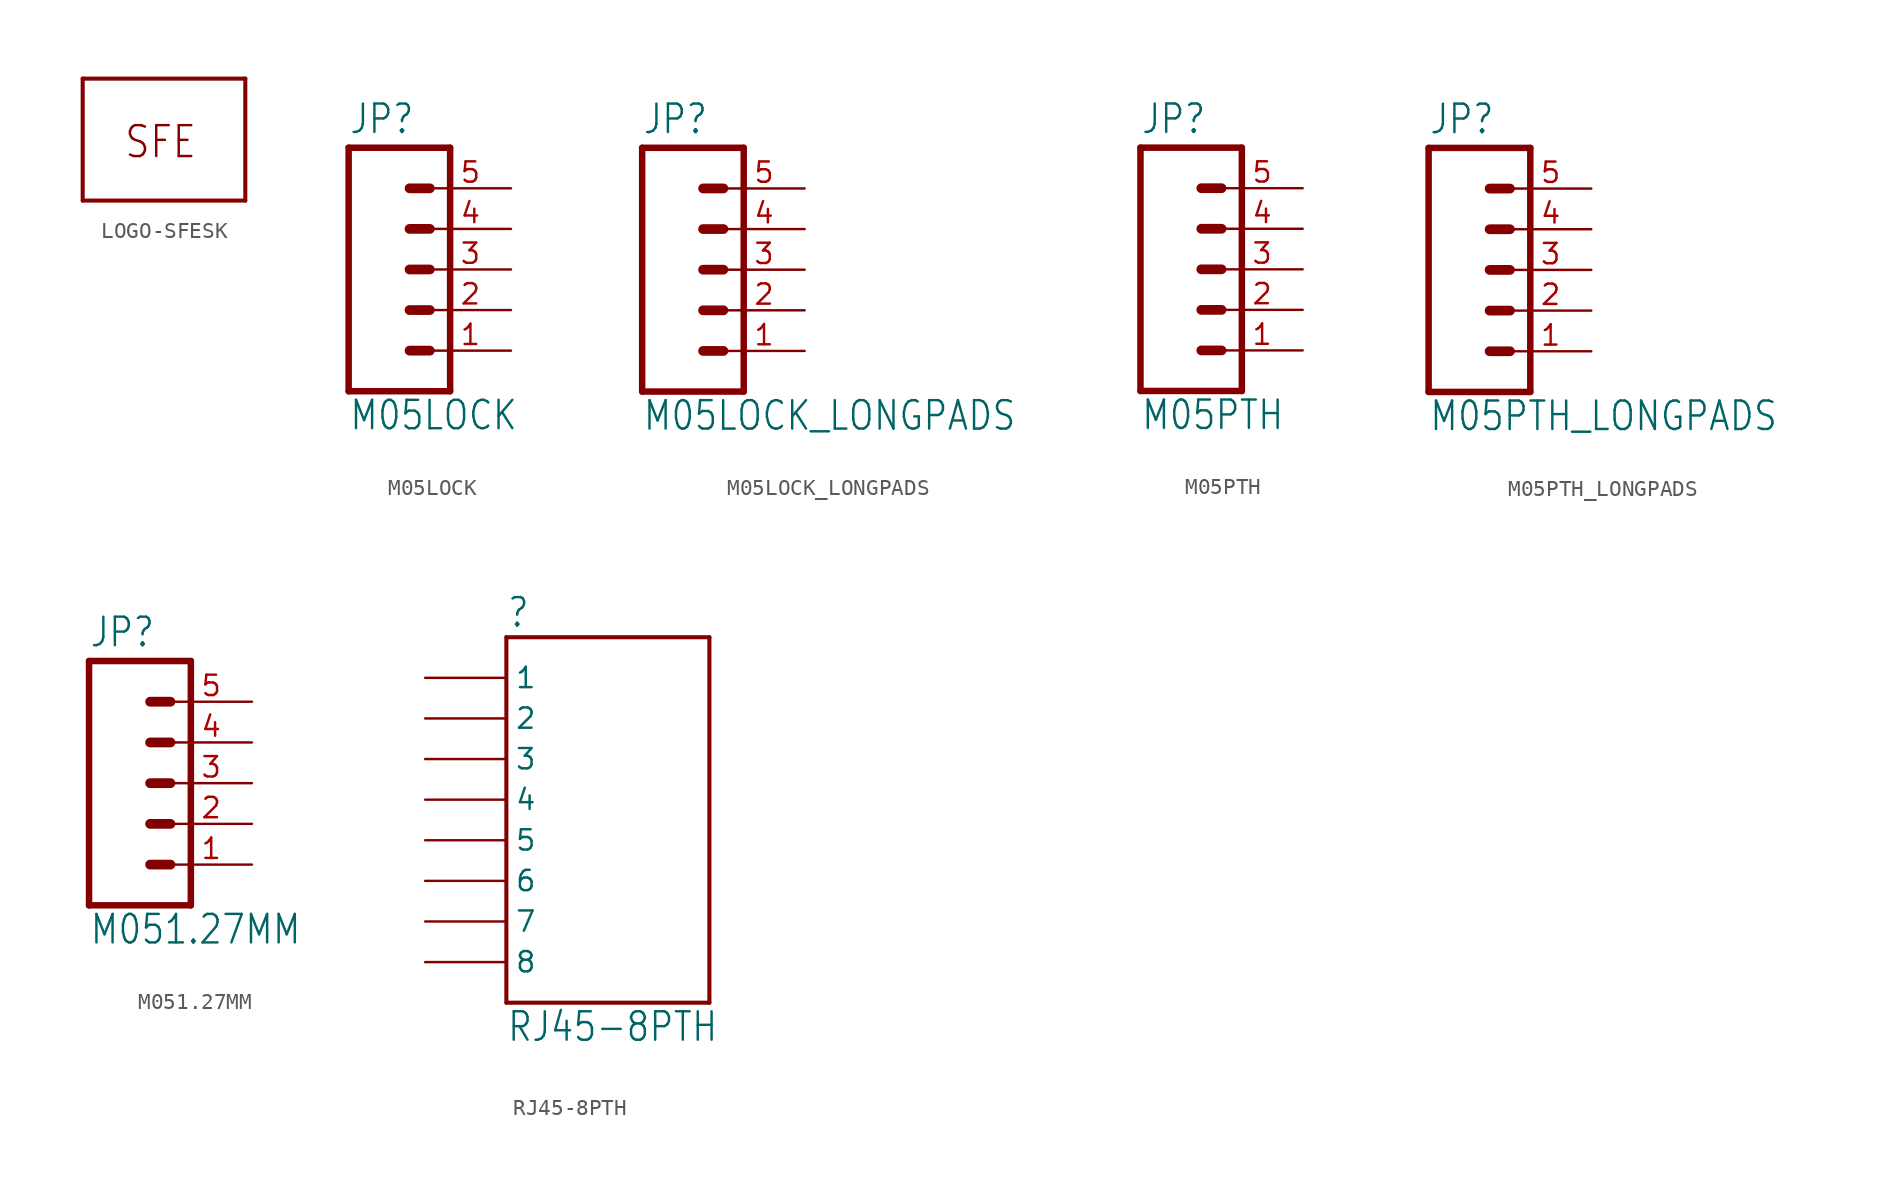
<source format=kicad_sym>
(kicad_symbol_lib
  (version 20211014)
  (generator kicad_symbol_editor)
  (symbol "LOGO-SFESK"
    (property "Reference" "JP"
      (at 0 0 0)
      (effects (font (size 1.27 1.27)) hide))
    (property "ki_locked" ""
      (at 0 0 0)
      (effects (font (size 1.27 1.27))))
    (symbol "LOGO-SFESK_1_0"
      (polyline (pts (xy -2.54 -2.54) (xy 7.62 -2.54)) (stroke (width 0.254) (type default) (color 0 0 0 0)) (fill (type none)))
      (polyline (pts (xy -2.54 5.08) (xy -2.54 -2.54)) (stroke (width 0.254) (type default) (color 0 0 0 0)) (fill (type none)))
      (polyline (pts (xy 7.62 -2.54) (xy 7.62 5.08)) (stroke (width 0.254) (type default) (color 0 0 0 0)) (fill (type none)))
      (polyline (pts (xy 7.62 5.08) (xy -2.54 5.08)) (stroke (width 0.254) (type default) (color 0 0 0 0)) (fill (type none)))
      (text "SFE" (at 0 0 0) (effects (font (size 1.93 1.641)) (justify left bottom)))))
  (symbol "M05LOCK"
    (property "Reference" "JP"
      (at -2.54 8.382 0)
      (effects (font (size 1.778 1.511)) (justify left bottom)))
    (property "Value" "M05LOCK"
      (at -2.54 -10.16 0)
      (effects (font (size 1.778 1.511)) (justify left bottom)))
    (property "ki_locked" ""
      (at 0 0 0)
      (effects (font (size 1.27 1.27))))
    (symbol "M05LOCK_1_0"
      (polyline (pts (xy -2.54 7.62) (xy -2.54 -7.62)) (stroke (width 0.406) (type default) (color 0 0 0 0)) (fill (type none)))
      (polyline (pts (xy -2.54 7.62) (xy 3.81 7.62)) (stroke (width 0.406) (type default) (color 0 0 0 0)) (fill (type none)))
      (polyline (pts (xy 1.27 -5.08) (xy 2.54 -5.08)) (stroke (width 0.61) (type default) (color 0 0 0 0)) (fill (type none)))
      (polyline (pts (xy 1.27 -2.54) (xy 2.54 -2.54)) (stroke (width 0.61) (type default) (color 0 0 0 0)) (fill (type none)))
      (polyline (pts (xy 1.27 0) (xy 2.54 0)) (stroke (width 0.61) (type default) (color 0 0 0 0)) (fill (type none)))
      (polyline (pts (xy 1.27 2.54) (xy 2.54 2.54)) (stroke (width 0.61) (type default) (color 0 0 0 0)) (fill (type none)))
      (polyline (pts (xy 1.27 5.08) (xy 2.54 5.08)) (stroke (width 0.61) (type default) (color 0 0 0 0)) (fill (type none)))
      (polyline (pts (xy 3.81 -7.62) (xy -2.54 -7.62)) (stroke (width 0.406) (type default) (color 0 0 0 0)) (fill (type none)))
      (polyline (pts (xy 3.81 -7.62) (xy 3.81 7.62)) (stroke (width 0.406) (type default) (color 0 0 0 0)) (fill (type none)))
      (pin passive line (at 7.62 -5.08 180) (length 5.08) (name "1" (effects (font (size 0 0)))) (number "1" (effects (font (size 1.27 1.27)))))
      (pin passive line (at 7.62 -2.54 180) (length 5.08) (name "2" (effects (font (size 0 0)))) (number "2" (effects (font (size 1.27 1.27)))))
      (pin passive line (at 7.62 0 180) (length 5.08) (name "3" (effects (font (size 0 0)))) (number "3" (effects (font (size 1.27 1.27)))))
      (pin passive line (at 7.62 2.54 180) (length 5.08) (name "4" (effects (font (size 0 0)))) (number "4" (effects (font (size 1.27 1.27)))))
      (pin passive line (at 7.62 5.08 180) (length 5.08) (name "5" (effects (font (size 0 0)))) (number "5" (effects (font (size 1.27 1.27)))))))
  (symbol "M05LOCK_LONGPADS"
    (property "Reference" "JP"
      (at -2.54 8.382 0)
      (effects (font (size 1.778 1.511)) (justify left bottom)))
    (property "Value" "M05LOCK_LONGPADS"
      (at -2.54 -10.16 0)
      (effects (font (size 1.778 1.511)) (justify left bottom)))
    (property "ki_locked" ""
      (at 0 0 0)
      (effects (font (size 1.27 1.27))))
    (symbol "M05LOCK_LONGPADS_1_0"
      (polyline (pts (xy -2.54 7.62) (xy -2.54 -7.62)) (stroke (width 0.406) (type default) (color 0 0 0 0)) (fill (type none)))
      (polyline (pts (xy -2.54 7.62) (xy 3.81 7.62)) (stroke (width 0.406) (type default) (color 0 0 0 0)) (fill (type none)))
      (polyline (pts (xy 1.27 -5.08) (xy 2.54 -5.08)) (stroke (width 0.61) (type default) (color 0 0 0 0)) (fill (type none)))
      (polyline (pts (xy 1.27 -2.54) (xy 2.54 -2.54)) (stroke (width 0.61) (type default) (color 0 0 0 0)) (fill (type none)))
      (polyline (pts (xy 1.27 0) (xy 2.54 0)) (stroke (width 0.61) (type default) (color 0 0 0 0)) (fill (type none)))
      (polyline (pts (xy 1.27 2.54) (xy 2.54 2.54)) (stroke (width 0.61) (type default) (color 0 0 0 0)) (fill (type none)))
      (polyline (pts (xy 1.27 5.08) (xy 2.54 5.08)) (stroke (width 0.61) (type default) (color 0 0 0 0)) (fill (type none)))
      (polyline (pts (xy 3.81 -7.62) (xy -2.54 -7.62)) (stroke (width 0.406) (type default) (color 0 0 0 0)) (fill (type none)))
      (polyline (pts (xy 3.81 -7.62) (xy 3.81 7.62)) (stroke (width 0.406) (type default) (color 0 0 0 0)) (fill (type none)))
      (pin passive line (at 7.62 -5.08 180) (length 5.08) (name "1" (effects (font (size 0 0)))) (number "1" (effects (font (size 1.27 1.27)))))
      (pin passive line (at 7.62 -2.54 180) (length 5.08) (name "2" (effects (font (size 0 0)))) (number "2" (effects (font (size 1.27 1.27)))))
      (pin passive line (at 7.62 0 180) (length 5.08) (name "3" (effects (font (size 0 0)))) (number "3" (effects (font (size 1.27 1.27)))))
      (pin passive line (at 7.62 2.54 180) (length 5.08) (name "4" (effects (font (size 0 0)))) (number "4" (effects (font (size 1.27 1.27)))))
      (pin passive line (at 7.62 5.08 180) (length 5.08) (name "5" (effects (font (size 0 0)))) (number "5" (effects (font (size 1.27 1.27)))))))
  (symbol "M05PTH"
    (property "Reference" "JP"
      (at -2.54 8.382 0)
      (effects (font (size 1.778 1.511)) (justify left bottom)))
    (property "Value" "M05PTH"
      (at -2.54 -10.16 0)
      (effects (font (size 1.778 1.511)) (justify left bottom)))
    (property "ki_locked" ""
      (at 0 0 0)
      (effects (font (size 1.27 1.27))))
    (symbol "M05PTH_1_0"
      (polyline (pts (xy -2.54 7.62) (xy -2.54 -7.62)) (stroke (width 0.406) (type default) (color 0 0 0 0)) (fill (type none)))
      (polyline (pts (xy -2.54 7.62) (xy 3.81 7.62)) (stroke (width 0.406) (type default) (color 0 0 0 0)) (fill (type none)))
      (polyline (pts (xy 1.27 -5.08) (xy 2.54 -5.08)) (stroke (width 0.61) (type default) (color 0 0 0 0)) (fill (type none)))
      (polyline (pts (xy 1.27 -2.54) (xy 2.54 -2.54)) (stroke (width 0.61) (type default) (color 0 0 0 0)) (fill (type none)))
      (polyline (pts (xy 1.27 0) (xy 2.54 0)) (stroke (width 0.61) (type default) (color 0 0 0 0)) (fill (type none)))
      (polyline (pts (xy 1.27 2.54) (xy 2.54 2.54)) (stroke (width 0.61) (type default) (color 0 0 0 0)) (fill (type none)))
      (polyline (pts (xy 1.27 5.08) (xy 2.54 5.08)) (stroke (width 0.61) (type default) (color 0 0 0 0)) (fill (type none)))
      (polyline (pts (xy 3.81 -7.62) (xy -2.54 -7.62)) (stroke (width 0.406) (type default) (color 0 0 0 0)) (fill (type none)))
      (polyline (pts (xy 3.81 -7.62) (xy 3.81 7.62)) (stroke (width 0.406) (type default) (color 0 0 0 0)) (fill (type none)))
      (pin passive line (at 7.62 -5.08 180) (length 5.08) (name "1" (effects (font (size 0 0)))) (number "1" (effects (font (size 1.27 1.27)))))
      (pin passive line (at 7.62 -2.54 180) (length 5.08) (name "2" (effects (font (size 0 0)))) (number "2" (effects (font (size 1.27 1.27)))))
      (pin passive line (at 7.62 0 180) (length 5.08) (name "3" (effects (font (size 0 0)))) (number "3" (effects (font (size 1.27 1.27)))))
      (pin passive line (at 7.62 2.54 180) (length 5.08) (name "4" (effects (font (size 0 0)))) (number "4" (effects (font (size 1.27 1.27)))))
      (pin passive line (at 7.62 5.08 180) (length 5.08) (name "5" (effects (font (size 0 0)))) (number "5" (effects (font (size 1.27 1.27)))))))
  (symbol "M05PTH_LONGPADS"
    (property "Reference" "JP"
      (at -2.54 8.382 0)
      (effects (font (size 1.778 1.511)) (justify left bottom)))
    (property "Value" "M05PTH_LONGPADS"
      (at -2.54 -10.16 0)
      (effects (font (size 1.778 1.511)) (justify left bottom)))
    (property "ki_locked" ""
      (at 0 0 0)
      (effects (font (size 1.27 1.27))))
    (symbol "M05PTH_LONGPADS_1_0"
      (polyline (pts (xy -2.54 7.62) (xy -2.54 -7.62)) (stroke (width 0.406) (type default) (color 0 0 0 0)) (fill (type none)))
      (polyline (pts (xy -2.54 7.62) (xy 3.81 7.62)) (stroke (width 0.406) (type default) (color 0 0 0 0)) (fill (type none)))
      (polyline (pts (xy 1.27 -5.08) (xy 2.54 -5.08)) (stroke (width 0.61) (type default) (color 0 0 0 0)) (fill (type none)))
      (polyline (pts (xy 1.27 -2.54) (xy 2.54 -2.54)) (stroke (width 0.61) (type default) (color 0 0 0 0)) (fill (type none)))
      (polyline (pts (xy 1.27 0) (xy 2.54 0)) (stroke (width 0.61) (type default) (color 0 0 0 0)) (fill (type none)))
      (polyline (pts (xy 1.27 2.54) (xy 2.54 2.54)) (stroke (width 0.61) (type default) (color 0 0 0 0)) (fill (type none)))
      (polyline (pts (xy 1.27 5.08) (xy 2.54 5.08)) (stroke (width 0.61) (type default) (color 0 0 0 0)) (fill (type none)))
      (polyline (pts (xy 3.81 -7.62) (xy -2.54 -7.62)) (stroke (width 0.406) (type default) (color 0 0 0 0)) (fill (type none)))
      (polyline (pts (xy 3.81 -7.62) (xy 3.81 7.62)) (stroke (width 0.406) (type default) (color 0 0 0 0)) (fill (type none)))
      (pin passive line (at 7.62 -5.08 180) (length 5.08) (name "1" (effects (font (size 0 0)))) (number "1" (effects (font (size 1.27 1.27)))))
      (pin passive line (at 7.62 -2.54 180) (length 5.08) (name "2" (effects (font (size 0 0)))) (number "2" (effects (font (size 1.27 1.27)))))
      (pin passive line (at 7.62 0 180) (length 5.08) (name "3" (effects (font (size 0 0)))) (number "3" (effects (font (size 1.27 1.27)))))
      (pin passive line (at 7.62 2.54 180) (length 5.08) (name "4" (effects (font (size 0 0)))) (number "4" (effects (font (size 1.27 1.27)))))
      (pin passive line (at 7.62 5.08 180) (length 5.08) (name "5" (effects (font (size 0 0)))) (number "5" (effects (font (size 1.27 1.27)))))))
  (symbol "M051.27MM"
    (property "Reference" "JP"
      (at -2.54 8.382 0)
      (effects (font (size 1.778 1.511)) (justify left bottom)))
    (property "Value" "M051.27MM"
      (at -2.54 -10.16 0)
      (effects (font (size 1.778 1.511)) (justify left bottom)))
    (property "ki_locked" ""
      (at 0 0 0)
      (effects (font (size 1.27 1.27))))
    (symbol "M051.27MM_1_0"
      (polyline (pts (xy -2.54 7.62) (xy -2.54 -7.62)) (stroke (width 0.406) (type default) (color 0 0 0 0)) (fill (type none)))
      (polyline (pts (xy -2.54 7.62) (xy 3.81 7.62)) (stroke (width 0.406) (type default) (color 0 0 0 0)) (fill (type none)))
      (polyline (pts (xy 1.27 -5.08) (xy 2.54 -5.08)) (stroke (width 0.61) (type default) (color 0 0 0 0)) (fill (type none)))
      (polyline (pts (xy 1.27 -2.54) (xy 2.54 -2.54)) (stroke (width 0.61) (type default) (color 0 0 0 0)) (fill (type none)))
      (polyline (pts (xy 1.27 0) (xy 2.54 0)) (stroke (width 0.61) (type default) (color 0 0 0 0)) (fill (type none)))
      (polyline (pts (xy 1.27 2.54) (xy 2.54 2.54)) (stroke (width 0.61) (type default) (color 0 0 0 0)) (fill (type none)))
      (polyline (pts (xy 1.27 5.08) (xy 2.54 5.08)) (stroke (width 0.61) (type default) (color 0 0 0 0)) (fill (type none)))
      (polyline (pts (xy 3.81 -7.62) (xy -2.54 -7.62)) (stroke (width 0.406) (type default) (color 0 0 0 0)) (fill (type none)))
      (polyline (pts (xy 3.81 -7.62) (xy 3.81 7.62)) (stroke (width 0.406) (type default) (color 0 0 0 0)) (fill (type none)))
      (pin passive line (at 7.62 -5.08 180) (length 5.08) (name "1" (effects (font (size 0 0)))) (number "1" (effects (font (size 1.27 1.27)))))
      (pin passive line (at 7.62 -2.54 180) (length 5.08) (name "2" (effects (font (size 0 0)))) (number "2" (effects (font (size 1.27 1.27)))))
      (pin passive line (at 7.62 0 180) (length 5.08) (name "3" (effects (font (size 0 0)))) (number "3" (effects (font (size 1.27 1.27)))))
      (pin passive line (at 7.62 2.54 180) (length 5.08) (name "4" (effects (font (size 0 0)))) (number "4" (effects (font (size 1.27 1.27)))))
      (pin passive line (at 7.62 5.08 180) (length 5.08) (name "5" (effects (font (size 0 0)))) (number "5" (effects (font (size 1.27 1.27)))))))
  (symbol "RJ45-8PTH"
    (property "Reference" ""
      (at -7.62 13.208 0)
      (effects (font (size 1.778 1.511)) (justify left bottom)))
    (property "Value" "RJ45-8PTH"
      (at -7.62 -12.7 0)
      (effects (font (size 1.778 1.511)) (justify left bottom)))
    (property "ki_locked" ""
      (at 0 0 0)
      (effects (font (size 1.27 1.27))))
    (symbol "RJ45-8PTH_1_0"
      (polyline (pts (xy -7.62 -10.16) (xy 5.08 -10.16)) (stroke (width 0.254) (type default) (color 0 0 0 0)) (fill (type none)))
      (polyline (pts (xy -7.62 12.7) (xy -7.62 -10.16)) (stroke (width 0.254) (type default) (color 0 0 0 0)) (fill (type none)))
      (polyline (pts (xy 5.08 -10.16) (xy 5.08 12.7)) (stroke (width 0.254) (type default) (color 0 0 0 0)) (fill (type none)))
      (polyline (pts (xy 5.08 12.7) (xy -7.62 12.7)) (stroke (width 0.254) (type default) (color 0 0 0 0)) (fill (type none)))
      (pin bidirectional line (at -12.7 10.16 0) (length 5.08) (name "1" (effects (font (size 1.27 1.27)))) (number "1" (effects (font (size 0 0)))))
      (pin bidirectional line (at -12.7 7.62 0) (length 5.08) (name "2" (effects (font (size 1.27 1.27)))) (number "2" (effects (font (size 0 0)))))
      (pin bidirectional line (at -12.7 5.08 0) (length 5.08) (name "3" (effects (font (size 1.27 1.27)))) (number "3" (effects (font (size 0 0)))))
      (pin bidirectional line (at -12.7 2.54 0) (length 5.08) (name "4" (effects (font (size 1.27 1.27)))) (number "4" (effects (font (size 0 0)))))
      (pin bidirectional line (at -12.7 0 0) (length 5.08) (name "5" (effects (font (size 1.27 1.27)))) (number "5" (effects (font (size 0 0)))))
      (pin bidirectional line (at -12.7 -2.54 0) (length 5.08) (name "6" (effects (font (size 1.27 1.27)))) (number "6" (effects (font (size 0 0)))))
      (pin bidirectional line (at -12.7 -5.08 0) (length 5.08) (name "7" (effects (font (size 1.27 1.27)))) (number "7" (effects (font (size 0 0)))))
      (pin bidirectional line (at -12.7 -7.62 0) (length 5.08) (name "8" (effects (font (size 1.27 1.27)))) (number "8" (effects (font (size 0 0))))))))
</source>
